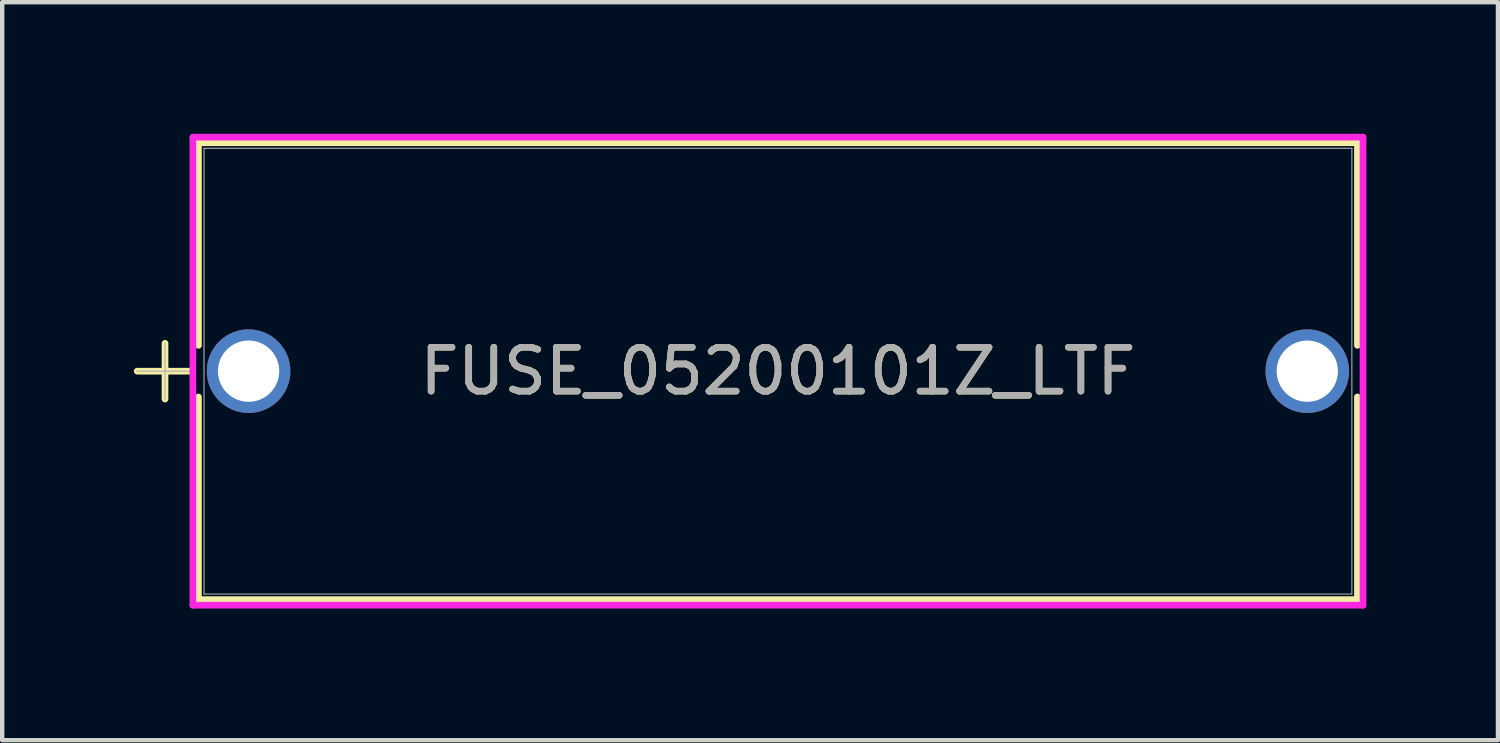
<source format=kicad_pcb>
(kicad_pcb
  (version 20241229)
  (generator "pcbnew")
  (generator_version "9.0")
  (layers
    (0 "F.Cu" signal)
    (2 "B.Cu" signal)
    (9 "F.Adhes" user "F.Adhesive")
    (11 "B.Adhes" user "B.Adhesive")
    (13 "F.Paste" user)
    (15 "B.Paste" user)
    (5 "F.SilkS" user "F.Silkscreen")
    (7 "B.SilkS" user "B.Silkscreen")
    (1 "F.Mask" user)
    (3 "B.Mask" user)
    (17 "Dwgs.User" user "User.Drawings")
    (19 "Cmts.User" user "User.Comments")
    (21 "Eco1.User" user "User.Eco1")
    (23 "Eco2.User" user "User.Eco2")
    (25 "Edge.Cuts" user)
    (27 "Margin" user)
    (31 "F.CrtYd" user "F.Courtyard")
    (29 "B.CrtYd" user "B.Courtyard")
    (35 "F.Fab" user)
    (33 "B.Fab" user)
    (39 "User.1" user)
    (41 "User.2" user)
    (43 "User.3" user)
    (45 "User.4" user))
  (footprint "FUSE_05200101Z_LTF"
    (layer "F.Cu")
    (at 2.616 5.41)
    (property "Reference" "FUSE_05200101Z_LTF" (at 12.065 0 0) (unlocked yes) (layer "F.SilkS") (effects (font (size 1 1) (thickness 0.15))))
    (attr through_hole)
    (fp_line (start -2.54 0) (end -1.285 0) (stroke (width 0.152) (type solid)) (layer "F.SilkS"))
    (fp_line (start -1.905 -0.635) (end -1.905 0.635) (stroke (width 0.152) (type solid)) (layer "F.SilkS"))
    (fp_line (start -1.143 -5.207) (end -1.143 -0.588) (stroke (width 0.152) (type solid)) (layer "F.SilkS"))
    (fp_line (start -1.143 0.588) (end -1.143 5.207) (stroke (width 0.152) (type solid)) (layer "F.SilkS"))
    (fp_line (start 25.273 -5.207) (end -1.143 -5.207) (stroke (width 0.152) (type solid)) (layer "F.SilkS"))
    (fp_line (start 25.273 -5.207) (end 25.273 -0.588) (stroke (width 0.152) (type solid)) (layer "F.SilkS"))
    (fp_line (start 25.273 0.588) (end 25.273 5.207) (stroke (width 0.152) (type solid)) (layer "F.SilkS"))
    (fp_line (start 25.273 5.207) (end -1.143 5.207) (stroke (width 0.152) (type solid)) (layer "F.SilkS"))
    (fp_line (start -1.27 -5.334) (end 25.4 -5.334) (stroke (width 0.152) (type solid)) (layer "F.CrtYd"))
    (fp_line (start -1.27 5.334) (end -1.27 -5.334) (stroke (width 0.152) (type solid)) (layer "F.CrtYd"))
    (fp_line (start 25.4 -5.334) (end 25.4 5.334) (stroke (width 0.152) (type solid)) (layer "F.CrtYd"))
    (fp_line (start 25.4 5.334) (end -1.27 5.334) (stroke (width 0.152) (type solid)) (layer "F.CrtYd"))
    (fp_line (start -2.54 0) (end -1.27 0) (stroke (width 0.025) (type solid)) (layer "F.Fab"))
    (fp_line (start -1.905 -0.635) (end -1.905 0.635) (stroke (width 0.025) (type solid)) (layer "F.Fab"))
    (fp_line (start -1.016 -5.08) (end -1.016 5.08) (stroke (width 0.025) (type solid)) (layer "F.Fab"))
    (fp_line (start 25.146 -5.08) (end -1.016 -5.08) (stroke (width 0.025) (type solid)) (layer "F.Fab"))
    (fp_line (start 25.146 -5.08) (end 25.146 5.08) (stroke (width 0.025) (type solid)) (layer "F.Fab"))
    (fp_line (start 25.146 5.08) (end -1.016 5.08) (stroke (width 0.025) (type solid)) (layer "F.Fab"))
    (fp_text user "${REFERENCE}" (at 12.065 0 0) (unlocked yes) (layer "F.Fab") (effects (font (size 1 1) (thickness 0.15))))
    (pad "1" thru_hole circle (at 0 0) (size 1.905 1.905) (drill 1.397) (layers "*.Cu" "*.Mask"))
    (pad "2" thru_hole circle (at 24.13 0) (size 1.905 1.905) (drill 1.397) (layers "*.Cu" "*.Mask")))
  (gr_rect
    (start -3 -3)
    (end 31.092 13.82)
    (stroke (width 0.1) (type default))
    (fill no)
    (layer "Edge.Cuts")))
</source>
